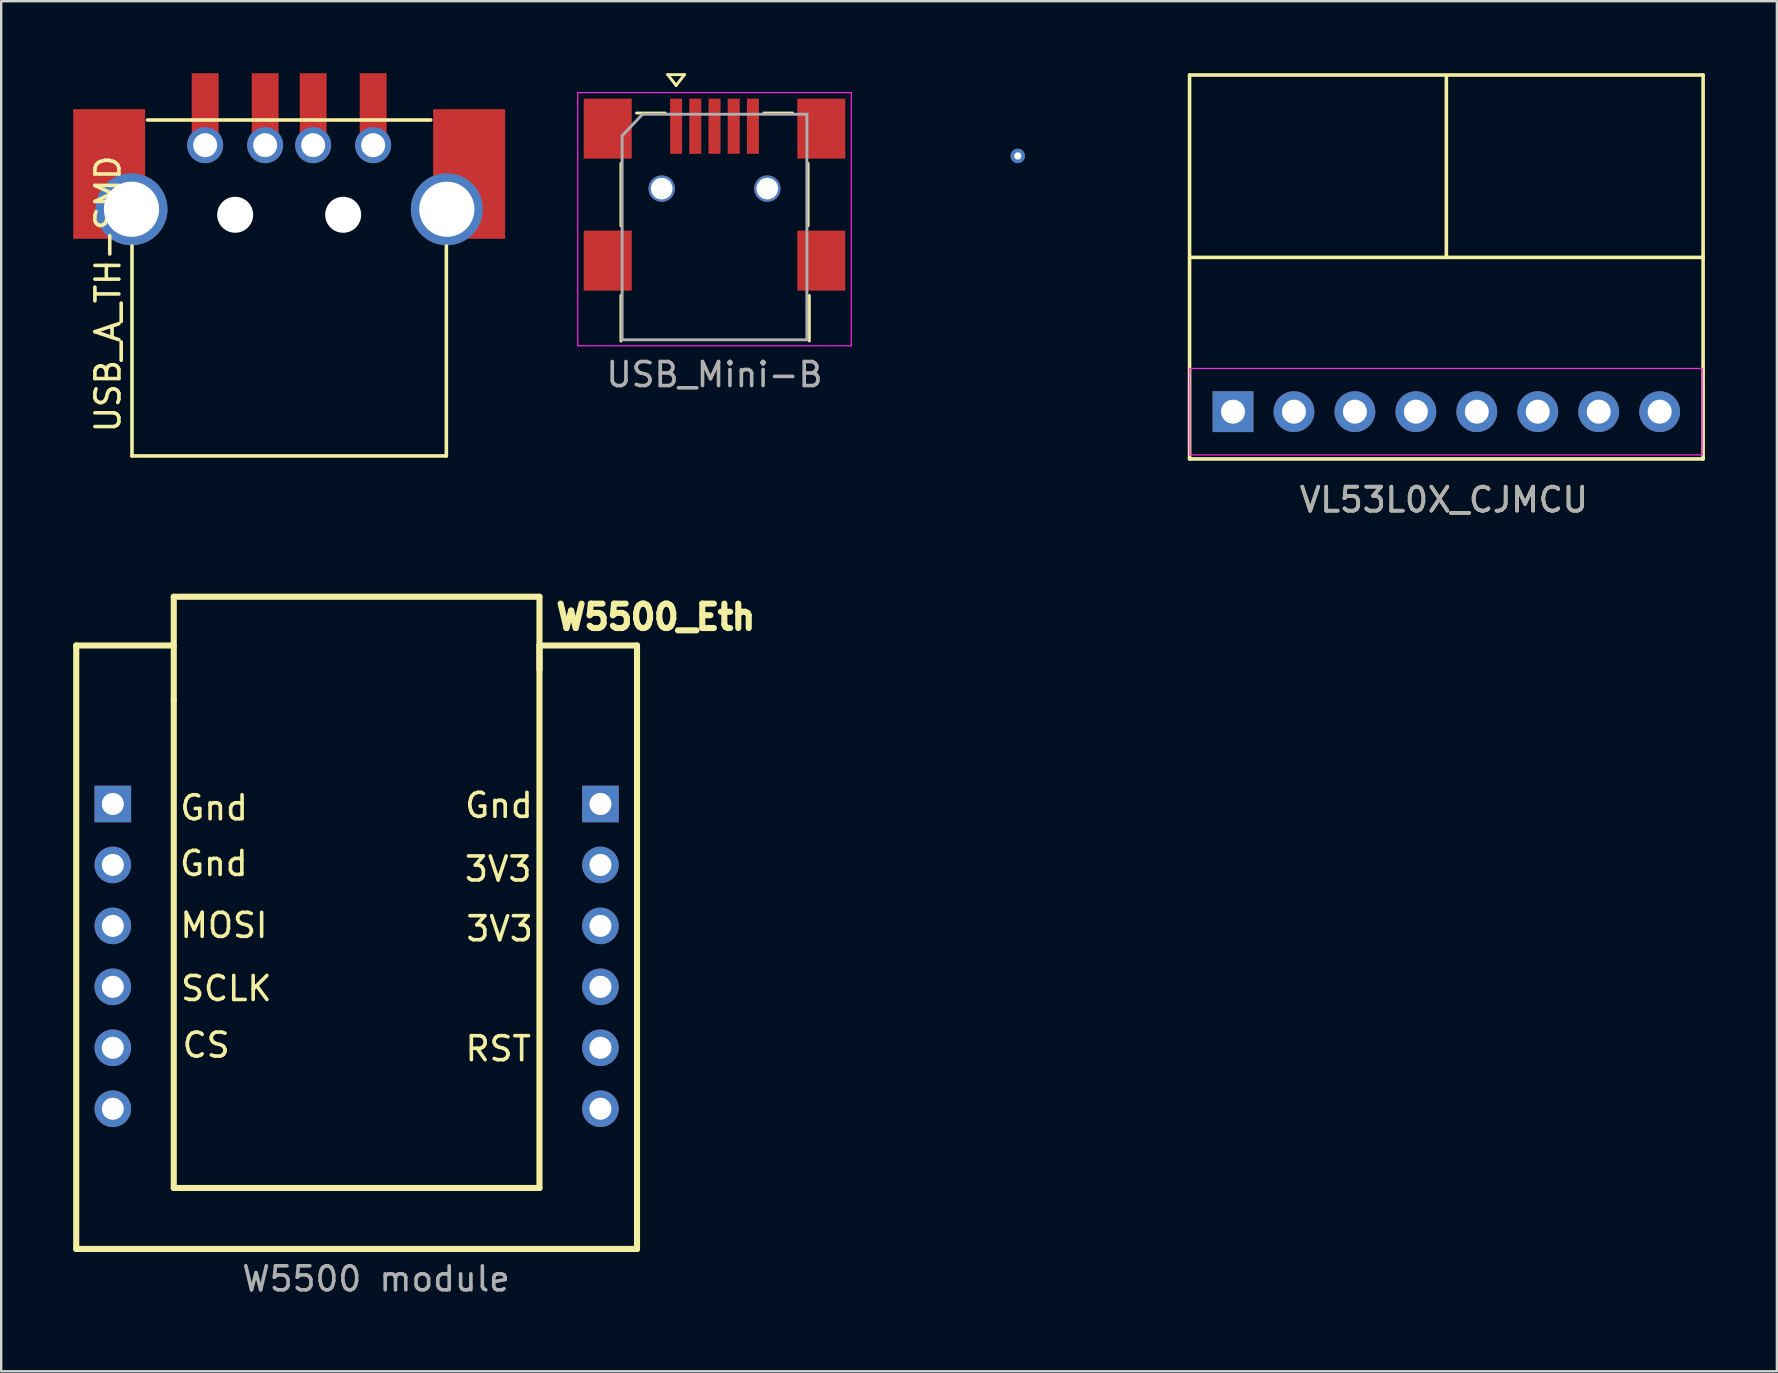
<source format=kicad_pcb>
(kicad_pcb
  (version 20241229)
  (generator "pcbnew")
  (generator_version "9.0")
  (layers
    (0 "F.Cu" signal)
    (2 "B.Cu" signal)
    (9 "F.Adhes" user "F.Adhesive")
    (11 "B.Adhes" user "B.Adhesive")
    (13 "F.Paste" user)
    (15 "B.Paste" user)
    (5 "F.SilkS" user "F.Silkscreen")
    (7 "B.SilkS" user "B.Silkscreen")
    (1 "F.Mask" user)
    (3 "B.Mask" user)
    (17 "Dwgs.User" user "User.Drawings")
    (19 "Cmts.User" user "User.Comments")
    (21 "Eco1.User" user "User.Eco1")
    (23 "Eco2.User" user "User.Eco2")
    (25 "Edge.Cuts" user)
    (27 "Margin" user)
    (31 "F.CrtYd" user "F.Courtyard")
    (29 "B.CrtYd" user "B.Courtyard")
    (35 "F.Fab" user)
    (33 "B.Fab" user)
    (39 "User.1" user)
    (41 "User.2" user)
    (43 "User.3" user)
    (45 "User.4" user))
  (footprint "Via_06mm"
    (layer "F.Cu")
    (at 39.361 3.448)
    (property "Reference" "Via_06mm" (at 0 -2.6 0) (layer "Eco1.User") (effects (font (size 1 1) (thickness 0.15))))
    (attr through_hole)
    (pad "1" thru_hole circle (at 0 0) (size 0.6 0.6) (drill 0.3) (layers "*.Cu")))
  (footprint "USB_A_TH-SMD"
    (layer "F.Cu")
    (at 9 3)
    (property "Reference" "USB_A_TH-SMD" (at -7.55 6.2 90) (layer "F.SilkS") (effects (font (size 1 1) (thickness 0.15))))
    (attr through_hole)
    (fp_line (start -6.55 12.95) (end -6.55 4.2) (stroke (width 0.15) (type solid)) (layer "F.SilkS"))
    (fp_line (start -6.55 12.95) (end 6.55 12.95) (stroke (width 0.15) (type solid)) (layer "F.SilkS"))
    (fp_line (start -5.9 -1.05) (end 5.9 -1.05) (stroke (width 0.15) (type solid)) (layer "F.SilkS"))
    (fp_line (start 6.55 12.95) (end 6.55 4.2) (stroke (width 0.15) (type solid)) (layer "F.SilkS"))
    (pad "" np_thru_hole circle (at -2.25 2.9) (size 1.5 1.5) (drill 1.5) (layers "*.Cu" "*.Mask"))
    (pad "" np_thru_hole circle (at 2.25 2.9) (size 1.5 1.5) (drill 1.5) (layers "*.Cu" "*.Mask"))
    (pad "1" smd rect (at -3.5 -1.5) (size 1.12 3) (layers "F.Cu" "F.Mask" "F.Paste"))
    (pad "1" thru_hole circle (at -3.5 0 270) (size 1.5 1.5) (drill 1) (layers "*.Cu" "*.Mask"))
    (pad "2" smd rect (at -1 -1.5) (size 1.12 3) (layers "F.Cu" "F.Mask" "F.Paste"))
    (pad "2" thru_hole circle (at -1 0 270) (size 1.5 1.5) (drill 1) (layers "*.Cu" "*.Mask"))
    (pad "3" smd rect (at 1 -1.5) (size 1.12 3) (layers "F.Cu" "F.Mask" "F.Paste"))
    (pad "3" thru_hole circle (at 1 0 270) (size 1.5 1.5) (drill 1) (layers "*.Cu" "*.Mask"))
    (pad "4" smd rect (at 3.5 -1.5) (size 1.12 3) (layers "F.Cu" "F.Mask" "F.Paste"))
    (pad "4" thru_hole circle (at 3.5 0 270) (size 1.5 1.5) (drill 1) (layers "*.Cu" "*.Mask"))
    (pad "5" smd rect (at -7.5 1.2) (size 3 5.4) (layers "F.Cu" "F.Mask" "F.Paste"))
    (pad "5" thru_hole circle (at -6.57 2.67 270) (size 3 3) (drill 2.3) (layers "*.Cu" "*.Mask"))
    (pad "5" thru_hole circle (at 6.57 2.67 270) (size 3 3) (drill 2.3) (layers "*.Cu" "*.Mask"))
    (pad "5" smd rect (at 7.5 1.2) (size 3 5.4) (layers "F.Cu" "F.Mask" "F.Paste")))
  (footprint "W5500_Eth"
    (layer "F.Cu")
    (at 11.811 36.803)
    (property "Reference" "W5500_Eth" (at 8.19 -14.14 0) (layer "F.SilkS") (effects (font (size 1.016 1.016) (thickness 0.254)) (justify left)))
    (attr through_hole)
    (fp_line (start -11.684 -12.954) (end -11.684 12.192) (stroke (width 0.254) (type solid)) (layer "F.SilkS"))
    (fp_line (start -11.684 12.192) (end 11.684 12.192) (stroke (width 0.254) (type solid)) (layer "F.SilkS"))
    (fp_line (start -7.62 -14.986) (end -7.62 -10.668) (stroke (width 0.254) (type solid)) (layer "F.SilkS"))
    (fp_line (start -7.62 -12.954) (end -11.684 -12.954) (stroke (width 0.254) (type solid)) (layer "F.SilkS"))
    (fp_line (start -7.62 -10.668) (end -7.62 9.652) (stroke (width 0.254) (type solid)) (layer "F.SilkS"))
    (fp_line (start -7.62 9.652) (end 7.62 9.652) (stroke (width 0.254) (type solid)) (layer "F.SilkS"))
    (fp_line (start 7.62 -14.986) (end -7.62 -14.986) (stroke (width 0.254) (type solid)) (layer "F.SilkS"))
    (fp_line (start 7.62 -12.954) (end 7.62 -11.938) (stroke (width 0.254) (type solid)) (layer "F.SilkS"))
    (fp_line (start 7.62 9.652) (end 7.62 -14.986) (stroke (width 0.254) (type solid)) (layer "F.SilkS"))
    (fp_line (start 11.684 -12.954) (end 7.62 -12.954) (stroke (width 0.254) (type solid)) (layer "F.SilkS"))
    (fp_line (start 11.684 12.192) (end 11.684 -12.954) (stroke (width 0.254) (type solid)) (layer "F.SilkS"))
    (fp_text user "RST" (at 5.9 3.85 0) (layer "F.SilkS") (effects (font (size 1 1) (thickness 0.15))))
    (fp_text user "Gnd" (at -5.95 -3.87 0) (layer "F.SilkS") (effects (font (size 1 1) (thickness 0.15))))
    (fp_text user "3V3" (at 5.96 -1.15 0) (layer "F.SilkS") (effects (font (size 1 1) (thickness 0.15))))
    (fp_text user "3V3" (at 5.9 -3.64 0) (layer "F.SilkS") (effects (font (size 1 1) (thickness 0.15))))
    (fp_text user "CS" (at -6.27 3.7 0) (layer "F.SilkS") (effects (font (size 1 1) (thickness 0.15))))
    (fp_text user "SCLK" (at -5.43 1.34 0) (layer "F.SilkS") (effects (font (size 1 1) (thickness 0.15))))
    (fp_text user "MOSI" (at -5.53 -1.29 0) (layer "F.SilkS") (effects (font (size 1 1) (thickness 0.15))))
    (fp_text user "Gnd" (at 5.93 -6.29 0) (layer "F.SilkS") (effects (font (size 1 1) (thickness 0.15))))
    (fp_text user "Gnd" (at -5.94 -6.19 0) (layer "F.SilkS") (effects (font (size 1 1) (thickness 0.15))))
    (fp_text user "W5500 module" (at 0.81 13.44 0) (layer "F.Fab") (effects (font (size 1 1) (thickness 0.15))))
    (pad "1" thru_hole rect (at -10.16 -6.35) (size 1.524 1.524) (drill oval 0.914 0.919) (layers "*.Cu" "*.Paste" "*.Mask"))
    (pad "2" thru_hole circle (at -10.16 -3.81) (size 1.524 1.524) (drill oval 0.914 0.919) (layers "*.Cu" "*.Paste" "*.Mask"))
    (pad "3" thru_hole circle (at -10.16 -1.27) (size 1.524 1.524) (drill oval 0.914 0.919) (layers "*.Cu" "*.Paste" "*.Mask"))
    (pad "4" thru_hole circle (at -10.16 1.27) (size 1.524 1.524) (drill oval 0.914 0.919) (layers "*.Cu" "*.Paste" "*.Mask"))
    (pad "5" thru_hole circle (at -10.16 3.81) (size 1.524 1.524) (drill oval 0.914 0.919) (layers "*.Cu" "*.Paste" "*.Mask"))
    (pad "6" thru_hole circle (at -10.16 6.35) (size 1.524 1.524) (drill oval 0.914 0.919) (layers "*.Cu" "*.Paste" "*.Mask"))
    (pad "7" thru_hole circle (at 10.16 6.35) (size 1.524 1.524) (drill oval 0.914 0.919) (layers "*.Cu" "*.Paste" "*.Mask"))
    (pad "8" thru_hole circle (at 10.16 3.81) (size 1.524 1.524) (drill oval 0.914 0.919) (layers "*.Cu" "*.Paste" "*.Mask"))
    (pad "9" thru_hole circle (at 10.16 1.27) (size 1.524 1.524) (drill oval 0.914 0.919) (layers "*.Cu" "*.Paste" "*.Mask"))
    (pad "10" thru_hole circle (at 10.16 -1.27) (size 1.524 1.524) (drill oval 0.914 0.919) (layers "*.Cu" "*.Paste" "*.Mask"))
    (pad "11" thru_hole circle (at 10.16 -3.81) (size 1.524 1.524) (drill oval 0.914 0.919) (layers "*.Cu" "*.Paste" "*.Mask"))
    (pad "12" thru_hole rect (at 10.16 -6.35) (size 1.524 1.524) (drill oval 0.914 0.919) (layers "*.Cu" "*.Paste" "*.Mask")))
  (footprint "VL53L0X_CJMCU"
    (layer "F.Cu")
    (at 46.521 16.075)
    (property "Reference" "VL53L0X_CJMCU" (at 10.6 1.7 180) (layer "F.SilkS") (effects (font (size 1 1) (thickness 0.15))))
    (attr through_hole)
    (fp_line (start 0 -16) (end 21.4 -16) (stroke (width 0.15) (type solid)) (layer "F.SilkS"))
    (fp_line (start 0 -8.4) (end 21.4 -8.4) (stroke (width 0.15) (type solid)) (layer "F.SilkS"))
    (fp_line (start 0 0) (end 0 -16) (stroke (width 0.15) (type solid)) (layer "F.SilkS"))
    (fp_line (start 0 0) (end 21.4 0) (stroke (width 0.15) (type solid)) (layer "F.SilkS"))
    (fp_line (start 10.7 -15.9) (end 10.7 -8.4) (stroke (width 0.15) (type solid)) (layer "F.SilkS"))
    (fp_line (start 21.4 0) (end 21.4 -16) (stroke (width 0.15) (type solid)) (layer "F.SilkS"))
    (fp_line (start 0.01 -3.77) (end 0.01 -0.17) (stroke (width 0.05) (type solid)) (layer "F.CrtYd"))
    (fp_line (start 0.01 -0.17) (end 21.36 -0.17) (stroke (width 0.05) (type solid)) (layer "F.CrtYd"))
    (fp_line (start 21.36 -3.77) (end 0.01 -3.77) (stroke (width 0.05) (type solid)) (layer "F.CrtYd"))
    (fp_line (start 21.36 -0.17) (end 21.36 -3.77) (stroke (width 0.05) (type solid)) (layer "F.CrtYd"))
    (fp_text user "${REFERENCE}" (at 10.6 1.7 180) (layer "F.Fab") (effects (font (size 1 1) (thickness 0.15))))
    (pad "1" thru_hole rect (at 1.81 -1.97 90) (size 1.7 1.7) (drill 1) (layers "*.Cu" "*.Mask"))
    (pad "2" thru_hole oval (at 4.35 -1.97 90) (size 1.7 1.7) (drill 1) (layers "*.Cu" "*.Mask"))
    (pad "3" thru_hole oval (at 6.89 -1.97 90) (size 1.7 1.7) (drill 1) (layers "*.Cu" "*.Mask"))
    (pad "4" thru_hole oval (at 9.43 -1.97 90) (size 1.7 1.7) (drill 1) (layers "*.Cu" "*.Mask"))
    (pad "5" thru_hole oval (at 11.97 -1.97 90) (size 1.7 1.7) (drill 1) (layers "*.Cu" "*.Mask"))
    (pad "6" thru_hole oval (at 14.51 -1.97 90) (size 1.7 1.7) (drill 1) (layers "*.Cu" "*.Mask"))
    (pad "7" thru_hole oval (at 17.05 -1.97 90) (size 1.7 1.7) (drill 1) (layers "*.Cu" "*.Mask"))
    (pad "8" thru_hole oval (at 19.59 -1.97 90) (size 1.7 1.7) (drill 1) (layers "*.Cu" "*.Mask")))
  (footprint "USB_Mini-B"
    (layer "F.Cu")
    (at 26.725 5.06)
    (property "Reference" "USB_Mini-B" (at 0 7.5 180) (layer "F.Fab") (effects (font (size 1 1) (thickness 0.15))))
    (attr smd)
    (fp_line (start -3.9 1.3) (end -3.9 -1.3) (stroke (width 0.12) (type solid)) (layer "F.SilkS"))
    (fp_line (start -3.9 6.1) (end -3.9 4.2) (stroke (width 0.12) (type solid)) (layer "F.SilkS"))
    (fp_line (start -3.25 -3.4) (end -2.05 -3.4) (stroke (width 0.12) (type solid)) (layer "F.SilkS"))
    (fp_line (start -1.95 -5) (end -1.25 -5) (stroke (width 0.12) (type solid)) (layer "F.SilkS"))
    (fp_line (start -1.6 -4.55) (end -1.95 -5) (stroke (width 0.12) (type solid)) (layer "F.SilkS"))
    (fp_line (start -1.25 -5) (end -1.6 -4.55) (stroke (width 0.12) (type solid)) (layer "F.SilkS"))
    (fp_line (start 2.05 -3.4) (end 3.25 -3.4) (stroke (width 0.12) (type solid)) (layer "F.SilkS"))
    (fp_line (start 3.9 1.3) (end 3.9 -1.3) (stroke (width 0.12) (type solid)) (layer "F.SilkS"))
    (fp_line (start 3.95 6.1) (end 3.95 4.2) (stroke (width 0.12) (type solid)) (layer "F.SilkS"))
    (fp_line (start -5.7 6.3) (end -5.7 -4.25) (stroke (width 0.05) (type solid)) (layer "F.CrtYd"))
    (fp_line (start -5.7 6.3) (end 5.7 6.3) (stroke (width 0.05) (type solid)) (layer "F.CrtYd"))
    (fp_line (start 5.7 -4.25) (end -5.7 -4.25) (stroke (width 0.05) (type solid)) (layer "F.CrtYd"))
    (fp_line (start 5.7 -4.25) (end 5.7 6.3) (stroke (width 0.05) (type solid)) (layer "F.CrtYd"))
    (fp_line (start -3.85 -2.45) (end -3.85 6.05) (stroke (width 0.12) (type solid)) (layer "F.Fab"))
    (fp_line (start -3.85 6.05) (end 3.85 6.05) (stroke (width 0.12) (type solid)) (layer "F.Fab"))
    (fp_line (start -3 -3.35) (end -3.85 -2.45) (stroke (width 0.12) (type solid)) (layer "F.Fab"))
    (fp_line (start -3 -3.35) (end 3.85 -3.35) (stroke (width 0.12) (type solid)) (layer "F.Fab"))
    (fp_line (start 3.85 6.05) (end 3.85 -3.35) (stroke (width 0.12) (type solid)) (layer "F.Fab"))
    (pad "" thru_hole circle (at -2.2 -0.25 90) (size 1.1 1.1) (drill 0.9) (layers "*.Cu" "*.Mask"))
    (pad "" thru_hole circle (at 2.2 -0.25 90) (size 1.1 1.1) (drill 0.9) (layers "*.Cu" "*.Mask"))
    (pad "1" smd rect (at -1.6 -2.85 90) (size 2.3 0.5) (layers "F.Cu" "F.Mask" "F.Paste"))
    (pad "2" smd rect (at -0.8 -2.85 90) (size 2.3 0.5) (layers "F.Cu" "F.Mask" "F.Paste"))
    (pad "3" smd rect (at 0 -2.85 90) (size 2.3 0.5) (layers "F.Cu" "F.Mask" "F.Paste"))
    (pad "4" smd rect (at 0.8 -2.85 90) (size 2.3 0.5) (layers "F.Cu" "F.Mask" "F.Paste"))
    (pad "5" smd rect (at 1.6 -2.85 90) (size 2.3 0.5) (layers "F.Cu" "F.Mask" "F.Paste"))
    (pad "6" smd rect (at -4.45 -2.75 90) (size 2.5 2) (layers "F.Cu" "F.Mask" "F.Paste"))
    (pad "6" smd rect (at -4.45 2.75 90) (size 2.5 2) (layers "F.Cu" "F.Mask" "F.Paste"))
    (pad "6" smd rect (at 4.45 -2.75 90) (size 2.5 2) (layers "F.Cu" "F.Mask" "F.Paste"))
    (pad "6" smd rect (at 4.45 2.75 90) (size 2.5 2) (layers "F.Cu" "F.Mask" "F.Paste")))
  (gr_rect
    (start -3 -3)
    (end 70.996 54.092)
    (stroke (width 0.1) (type default))
    (fill no)
    (layer "Edge.Cuts")))
</source>
